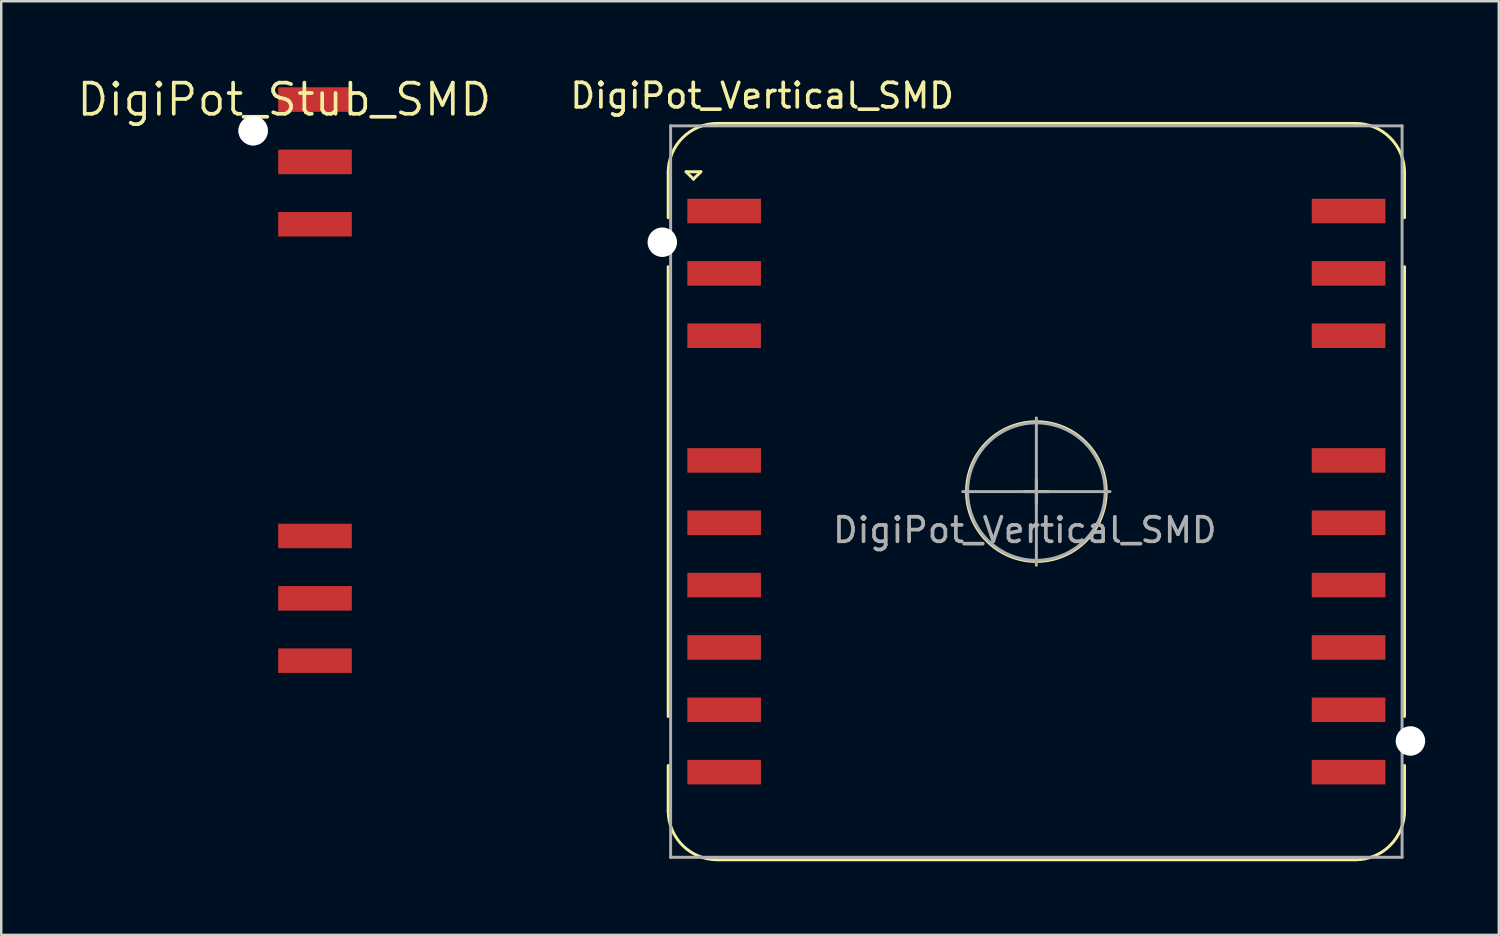
<source format=kicad_pcb>
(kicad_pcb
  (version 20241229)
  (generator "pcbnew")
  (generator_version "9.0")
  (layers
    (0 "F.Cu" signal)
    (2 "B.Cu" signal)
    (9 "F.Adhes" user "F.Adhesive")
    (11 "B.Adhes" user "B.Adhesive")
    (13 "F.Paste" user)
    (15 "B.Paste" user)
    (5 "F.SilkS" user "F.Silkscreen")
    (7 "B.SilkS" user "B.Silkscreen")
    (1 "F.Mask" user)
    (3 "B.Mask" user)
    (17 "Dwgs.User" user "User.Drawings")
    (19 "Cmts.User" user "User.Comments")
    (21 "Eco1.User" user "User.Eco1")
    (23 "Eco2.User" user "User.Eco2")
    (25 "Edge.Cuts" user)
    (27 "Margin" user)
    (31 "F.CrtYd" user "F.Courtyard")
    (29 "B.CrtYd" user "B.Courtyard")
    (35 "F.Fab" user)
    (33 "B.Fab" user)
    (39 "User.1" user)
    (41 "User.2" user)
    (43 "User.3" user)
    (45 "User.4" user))
  (footprint "DigiPot_Vertical_SMD"
    (layer "F.Cu")
    (at 25.203 5.548)
    (property "Reference" "DigiPot_Vertical_SMD" (at 2.8 -4.7 0) (layer "F.SilkS") (effects (font (size 1 1) (thickness 0.15))))
    (attr through_hole)
    (fp_line (start -1.03 0.27) (end -1.03 -1.57) (stroke (width 0.12) (type solid)) (layer "F.SilkS"))
    (fp_line (start -1.03 20.59) (end -1.03 2.27) (stroke (width 0.12) (type solid)) (layer "F.SilkS"))
    (fp_line (start -1.03 24.43) (end -1.03 22.59) (stroke (width 0.12) (type solid)) (layer "F.SilkS"))
    (fp_line (start -0.3 -1.6) (end 0.3 -1.6) (stroke (width 0.12) (type solid)) (layer "F.SilkS"))
    (fp_line (start 0 -1.3) (end -0.3 -1.6) (stroke (width 0.12) (type solid)) (layer "F.SilkS"))
    (fp_line (start 0.3 -1.6) (end 0 -1.3) (stroke (width 0.12) (type solid)) (layer "F.SilkS"))
    (fp_line (start 0.97 -3.57) (end 26.97 -3.57) (stroke (width 0.12) (type solid)) (layer "F.SilkS"))
    (fp_line (start 13.47 11.43) (end 14.47 11.43) (stroke (width 0.12) (type solid)) (layer "F.SilkS"))
    (fp_line (start 13.97 10.93) (end 13.97 11.93) (stroke (width 0.12) (type solid)) (layer "F.SilkS"))
    (fp_line (start 26.97 26.43) (end 0.97 26.43) (stroke (width 0.12) (type solid)) (layer "F.SilkS"))
    (fp_line (start 28.97 0.27) (end 28.97 -1.57) (stroke (width 0.12) (type solid)) (layer "F.SilkS"))
    (fp_line (start 28.97 20.59) (end 28.97 2.27) (stroke (width 0.12) (type solid)) (layer "F.SilkS"))
    (fp_line (start 28.97 24.43) (end 28.97 22.59) (stroke (width 0.12) (type solid)) (layer "F.SilkS"))
    (fp_arc (start -1.03 -1.57) (mid -0.444214 -2.984214) (end 0.97 -3.57) (stroke (width 0.12) (type solid)) (layer "F.SilkS"))
    (fp_arc (start 0.97 26.43) (mid -0.444214 25.844214) (end -1.03 24.43) (stroke (width 0.12) (type solid)) (layer "F.SilkS"))
    (fp_arc (start 26.97 -3.57) (mid 28.384214 -2.984214) (end 28.97 -1.57) (stroke (width 0.12) (type solid)) (layer "F.SilkS"))
    (fp_arc (start 28.97 24.43) (mid 28.384214 25.844214) (end 26.97 26.43) (stroke (width 0.12) (type solid)) (layer "F.SilkS"))
    (fp_circle (center 13.97 11.43) (end 15.25 8.89) (stroke (width 0.12) (type solid)) (fill no) (layer "F.SilkS"))
    (fp_line (start -0.93 -3.47) (end 28.87 -3.47) (stroke (width 0.12) (type solid)) (layer "F.Fab"))
    (fp_line (start -0.93 26.33) (end -0.93 -3.47) (stroke (width 0.12) (type solid)) (layer "F.Fab"))
    (fp_line (start 10.97 11.43) (end 16.97 11.43) (stroke (width 0.12) (type solid)) (layer "F.Fab"))
    (fp_line (start 13.97 8.43) (end 13.97 14.43) (stroke (width 0.12) (type solid)) (layer "F.Fab"))
    (fp_line (start 28.87 -3.47) (end 28.87 26.33) (stroke (width 0.12) (type solid)) (layer "F.Fab"))
    (fp_line (start 28.87 26.33) (end -0.93 26.33) (stroke (width 0.12) (type solid)) (layer "F.Fab"))
    (fp_circle (center 13.97 11.43) (end 15.15 8.89) (stroke (width 0.12) (type solid)) (fill no) (layer "F.Fab"))
    (fp_text user "${REFERENCE}" (at 13.5 13 0) (layer "F.Fab") (effects (font (size 1 1) (thickness 0.15))))
    (pad "" np_thru_hole oval (at -1.27 1.27) (size 1.2 1.2) (drill 1.2) (layers "*.Cu" "*.Mask"))
    (pad "" np_thru_hole oval (at 29.21 21.59) (size 1.2 1.2) (drill 1.2) (layers "*.Cu" "*.Mask"))
    (pad "1" smd rect (at 1.25 0) (size 3 1) (layers "F.Cu" "F.Mask" "F.Paste"))
    (pad "2" smd rect (at 1.25 2.54) (size 3 1) (layers "F.Cu" "F.Mask" "F.Paste"))
    (pad "3" smd rect (at 1.25 5.08) (size 3 1) (layers "F.Cu" "F.Mask" "F.Paste"))
    (pad "5" smd rect (at 1.25 10.16) (size 3 1) (layers "F.Cu" "F.Mask" "F.Paste"))
    (pad "6" smd rect (at 1.25 12.7) (size 3 1) (layers "F.Cu" "F.Mask" "F.Paste"))
    (pad "7" smd rect (at 1.25 15.24) (size 3 1) (layers "F.Cu" "F.Mask" "F.Paste"))
    (pad "8" smd rect (at 1.25 17.78) (size 3 1) (layers "F.Cu" "F.Mask" "F.Paste"))
    (pad "9" smd rect (at 1.25 20.32) (size 3 1) (layers "F.Cu" "F.Mask" "F.Paste"))
    (pad "10" smd rect (at 1.25 22.86) (size 3 1) (layers "F.Cu" "F.Mask" "F.Paste"))
    (pad "11" smd rect (at 26.69 22.86) (size 3 1) (layers "F.Cu" "F.Mask" "F.Paste"))
    (pad "12" smd rect (at 26.69 20.32) (size 3 1) (layers "F.Cu" "F.Mask" "F.Paste"))
    (pad "13" smd rect (at 26.69 17.78) (size 3 1) (layers "F.Cu" "F.Mask" "F.Paste"))
    (pad "14" smd rect (at 26.69 15.24) (size 3 1) (layers "F.Cu" "F.Mask" "F.Paste"))
    (pad "15" smd rect (at 26.69 12.7) (size 3 1) (layers "F.Cu" "F.Mask" "F.Paste"))
    (pad "16" smd rect (at 26.69 10.16) (size 3 1) (layers "F.Cu" "F.Mask" "F.Paste"))
    (pad "18" smd rect (at 26.69 5.08) (size 3 1) (layers "F.Cu" "F.Mask" "F.Paste"))
    (pad "19" smd rect (at 26.69 2.54) (size 3 1) (layers "F.Cu" "F.Mask" "F.Paste"))
    (pad "20" smd rect (at 26.69 0) (size 3 1) (layers "F.Cu" "F.Mask" "F.Paste")))
  (footprint "DigiPot_Stub_SMD"
    (layer "F.Cu")
    (at 8.534 1.006)
    (property "Reference" "DigiPot_Stub_SMD" (at 0 0 0) (layer "F.SilkS") (effects (font (size 1.27 1.27) (thickness 0.15))))
    (attr through_hole)
    (pad "" thru_hole oval (at -1.27 1.27) (size 1.2 1.2) (drill 1.2) (layers "*.Cu" "*.Mask"))
    (pad "1" smd rect (at 1.25 0) (size 3 1) (layers "F.Cu" "F.Mask" "F.Paste"))
    (pad "2" smd rect (at 1.25 2.54) (size 3 1) (layers "F.Cu" "F.Mask" "F.Paste"))
    (pad "3" smd rect (at 1.25 5.08) (size 3 1) (layers "F.Cu" "F.Mask" "F.Paste"))
    (pad "8" smd rect (at 1.25 17.78) (size 3 1) (layers "F.Cu" "F.Mask" "F.Paste"))
    (pad "9" smd rect (at 1.25 20.32) (size 3 1) (layers "F.Cu" "F.Mask" "F.Paste"))
    (pad "10" smd rect (at 1.25 22.86) (size 3 1) (layers "F.Cu" "F.Mask" "F.Paste")))
  (gr_rect
    (start -3 -3)
    (end 58.013 35.038)
    (stroke (width 0.1) (type default))
    (fill no)
    (layer "Edge.Cuts")))
</source>
